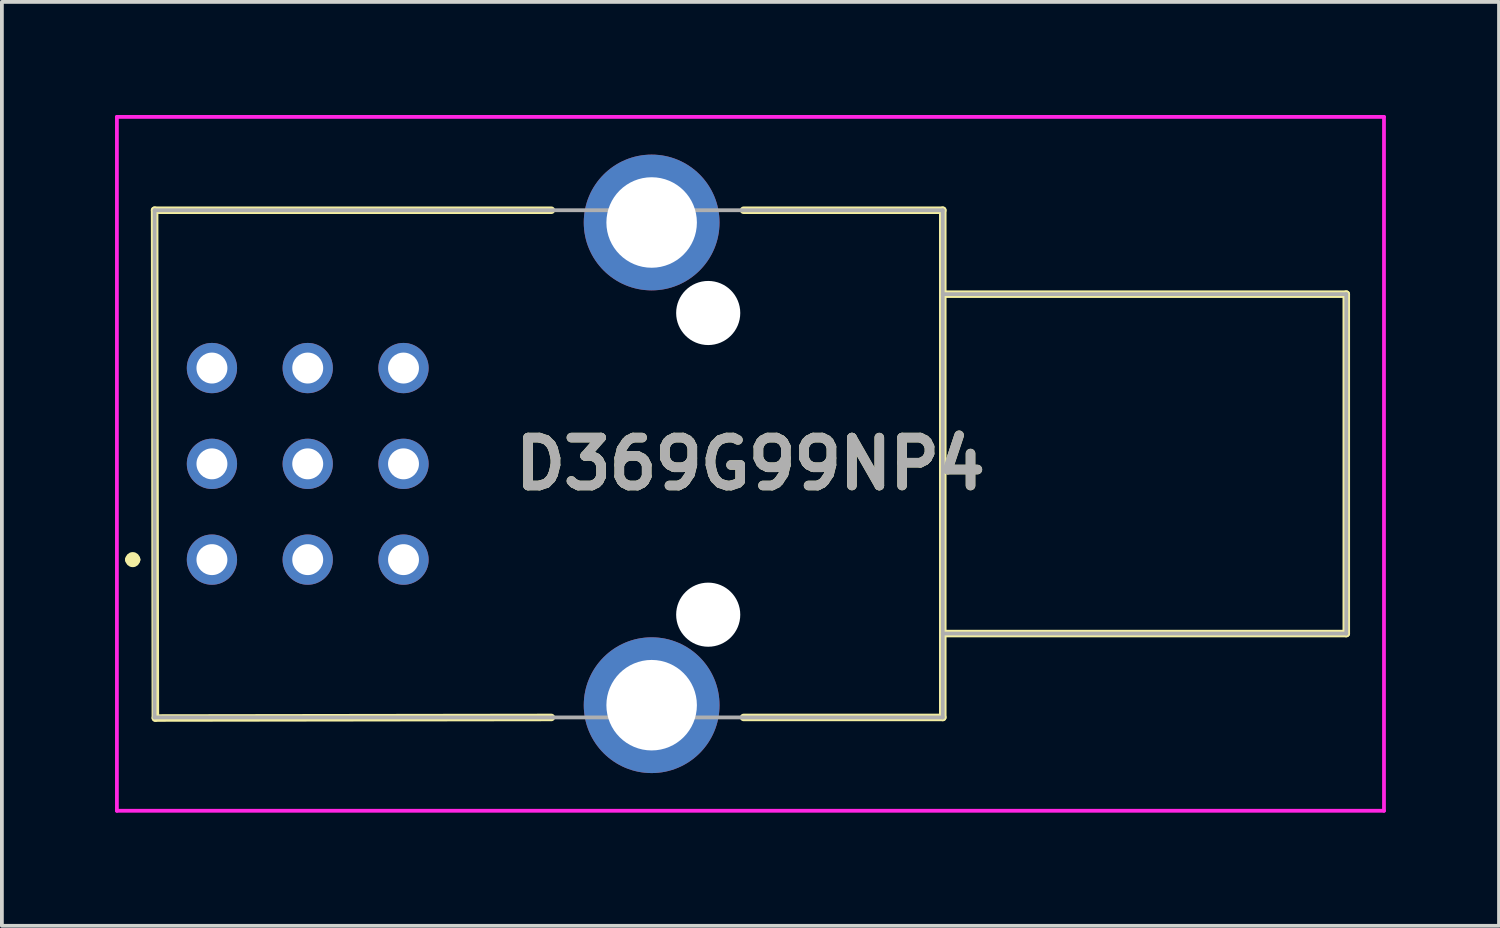
<source format=kicad_pcb>
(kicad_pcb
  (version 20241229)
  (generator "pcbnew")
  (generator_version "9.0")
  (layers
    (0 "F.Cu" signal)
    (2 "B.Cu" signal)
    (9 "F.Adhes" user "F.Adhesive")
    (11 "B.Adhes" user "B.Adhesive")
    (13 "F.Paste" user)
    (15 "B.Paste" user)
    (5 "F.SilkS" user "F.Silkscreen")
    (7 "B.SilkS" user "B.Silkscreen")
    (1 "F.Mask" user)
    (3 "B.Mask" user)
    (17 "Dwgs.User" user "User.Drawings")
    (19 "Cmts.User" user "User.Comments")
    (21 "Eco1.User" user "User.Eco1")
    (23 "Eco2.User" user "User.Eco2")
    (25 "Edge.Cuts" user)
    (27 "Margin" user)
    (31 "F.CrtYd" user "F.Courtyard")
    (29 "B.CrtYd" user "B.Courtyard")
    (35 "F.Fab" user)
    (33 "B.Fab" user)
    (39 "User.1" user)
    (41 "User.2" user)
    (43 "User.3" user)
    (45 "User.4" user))
  (footprint "D369G99NP4"
    (layer "F.Cu")
    (at 2.57 11.79)
    (property "Reference" "D369G99NP4" (at 14.28 -2.54 0) (layer "F.SilkS") (effects (font (size 1.27 1.27) (thickness 0.254))))
    (attr through_hole)
    (fp_line (start -2.2 0) (end -2.2 0) (stroke (width 0.2) (type solid)) (layer "F.SilkS"))
    (fp_line (start -2 0) (end -2 0) (stroke (width 0.2) (type solid)) (layer "F.SilkS"))
    (fp_line (start -1.52 -9.265) (end -1.5 4.2) (stroke (width 0.2) (type solid)) (layer "F.SilkS"))
    (fp_line (start -1.5 4.2) (end 9 4.185) (stroke (width 0.2) (type solid)) (layer "F.SilkS"))
    (fp_line (start 9 -9.265) (end -1.52 -9.265) (stroke (width 0.2) (type solid)) (layer "F.SilkS"))
    (fp_line (start 14.1 -9.265) (end 19.38 -9.265) (stroke (width 0.2) (type solid)) (layer "F.SilkS"))
    (fp_line (start 19.38 -9.265) (end 19.38 4.185) (stroke (width 0.2) (type solid)) (layer "F.SilkS"))
    (fp_line (start 19.38 -7.04) (end 30.08 -7.04) (stroke (width 0.2) (type solid)) (layer "F.SilkS"))
    (fp_line (start 19.38 4.185) (end 14.1 4.185) (stroke (width 0.2) (type solid)) (layer "F.SilkS"))
    (fp_line (start 30.08 -7.04) (end 30.08 1.96) (stroke (width 0.2) (type solid)) (layer "F.SilkS"))
    (fp_line (start 30.08 1.96) (end 19.38 1.96) (stroke (width 0.2) (type solid)) (layer "F.SilkS"))
    (fp_arc (start -2.2 0) (mid -2.1 -0.1) (end -2 0) (stroke (width 0.2) (type solid)) (layer "F.SilkS"))
    (fp_arc (start -2 0) (mid -2.1 0.1) (end -2.2 0) (stroke (width 0.2) (type solid)) (layer "F.SilkS"))
    (fp_line (start -2.52 -11.74) (end 31.08 -11.74) (stroke (width 0.1) (type solid)) (layer "F.CrtYd"))
    (fp_line (start -2.52 6.66) (end -2.52 -11.74) (stroke (width 0.1) (type solid)) (layer "F.CrtYd"))
    (fp_line (start 31.08 -11.74) (end 31.08 6.66) (stroke (width 0.1) (type solid)) (layer "F.CrtYd"))
    (fp_line (start 31.08 6.66) (end -2.52 6.66) (stroke (width 0.1) (type solid)) (layer "F.CrtYd"))
    (fp_line (start -1.52 -9.265) (end 19.38 -9.265) (stroke (width 0.1) (type solid)) (layer "F.Fab"))
    (fp_line (start -1.52 4.185) (end -1.52 -9.265) (stroke (width 0.1) (type solid)) (layer "F.Fab"))
    (fp_line (start 19.38 -9.265) (end 19.38 4.185) (stroke (width 0.1) (type solid)) (layer "F.Fab"))
    (fp_line (start 19.38 -7.04) (end 30.08 -7.04) (stroke (width 0.1) (type solid)) (layer "F.Fab"))
    (fp_line (start 19.38 4.185) (end -1.52 4.185) (stroke (width 0.1) (type solid)) (layer "F.Fab"))
    (fp_line (start 30.08 -7.04) (end 30.08 1.96) (stroke (width 0.1) (type solid)) (layer "F.Fab"))
    (fp_line (start 30.08 1.96) (end 19.38 1.96) (stroke (width 0.1) (type solid)) (layer "F.Fab"))
    (fp_text user "${REFERENCE}" (at 14.28 -2.54 0) (layer "F.Fab") (effects (font (size 1.27 1.27) (thickness 0.254))))
    (pad "" np_thru_hole circle (at 13.16 -6.54) (size 1.7 1.7) (drill 1.7) (layers "*.Cu" "*.Mask"))
    (pad "" np_thru_hole circle (at 13.16 1.46) (size 1.7 1.7) (drill 1.7) (layers "*.Cu" "*.Mask"))
    (pad "1" thru_hole circle (at 0 0) (size 1.333 1.333) (drill 0.82) (layers "*.Cu" "*.Mask"))
    (pad "2" thru_hole circle (at 0 -2.54) (size 1.333 1.333) (drill 0.82) (layers "*.Cu" "*.Mask"))
    (pad "3" thru_hole circle (at 0 -5.08) (size 1.333 1.333) (drill 0.82) (layers "*.Cu" "*.Mask"))
    (pad "4" thru_hole circle (at 2.54 0) (size 1.333 1.333) (drill 0.82) (layers "*.Cu" "*.Mask"))
    (pad "5" thru_hole circle (at 2.54 -2.54) (size 1.333 1.333) (drill 0.82) (layers "*.Cu" "*.Mask"))
    (pad "6" thru_hole circle (at 2.54 -5.08) (size 1.333 1.333) (drill 0.82) (layers "*.Cu" "*.Mask"))
    (pad "7" thru_hole circle (at 5.08 0) (size 1.333 1.333) (drill 0.82) (layers "*.Cu" "*.Mask"))
    (pad "8" thru_hole circle (at 5.08 -2.54) (size 1.333 1.333) (drill 0.82) (layers "*.Cu" "*.Mask"))
    (pad "9" thru_hole circle (at 5.08 -5.08) (size 1.333 1.333) (drill 0.82) (layers "*.Cu" "*.Mask"))
    (pad "MH1" thru_hole circle (at 11.66 3.86) (size 3.6 3.6) (drill 2.4) (layers "*.Cu" "*.Mask"))
    (pad "MH2" thru_hole circle (at 11.66 -8.94) (size 3.6 3.6) (drill 2.4) (layers "*.Cu" "*.Mask")))
  (gr_rect
    (start -3 -3)
    (end 36.7 21.5)
    (stroke (width 0.1) (type default))
    (fill no)
    (layer "Edge.Cuts")))
</source>
